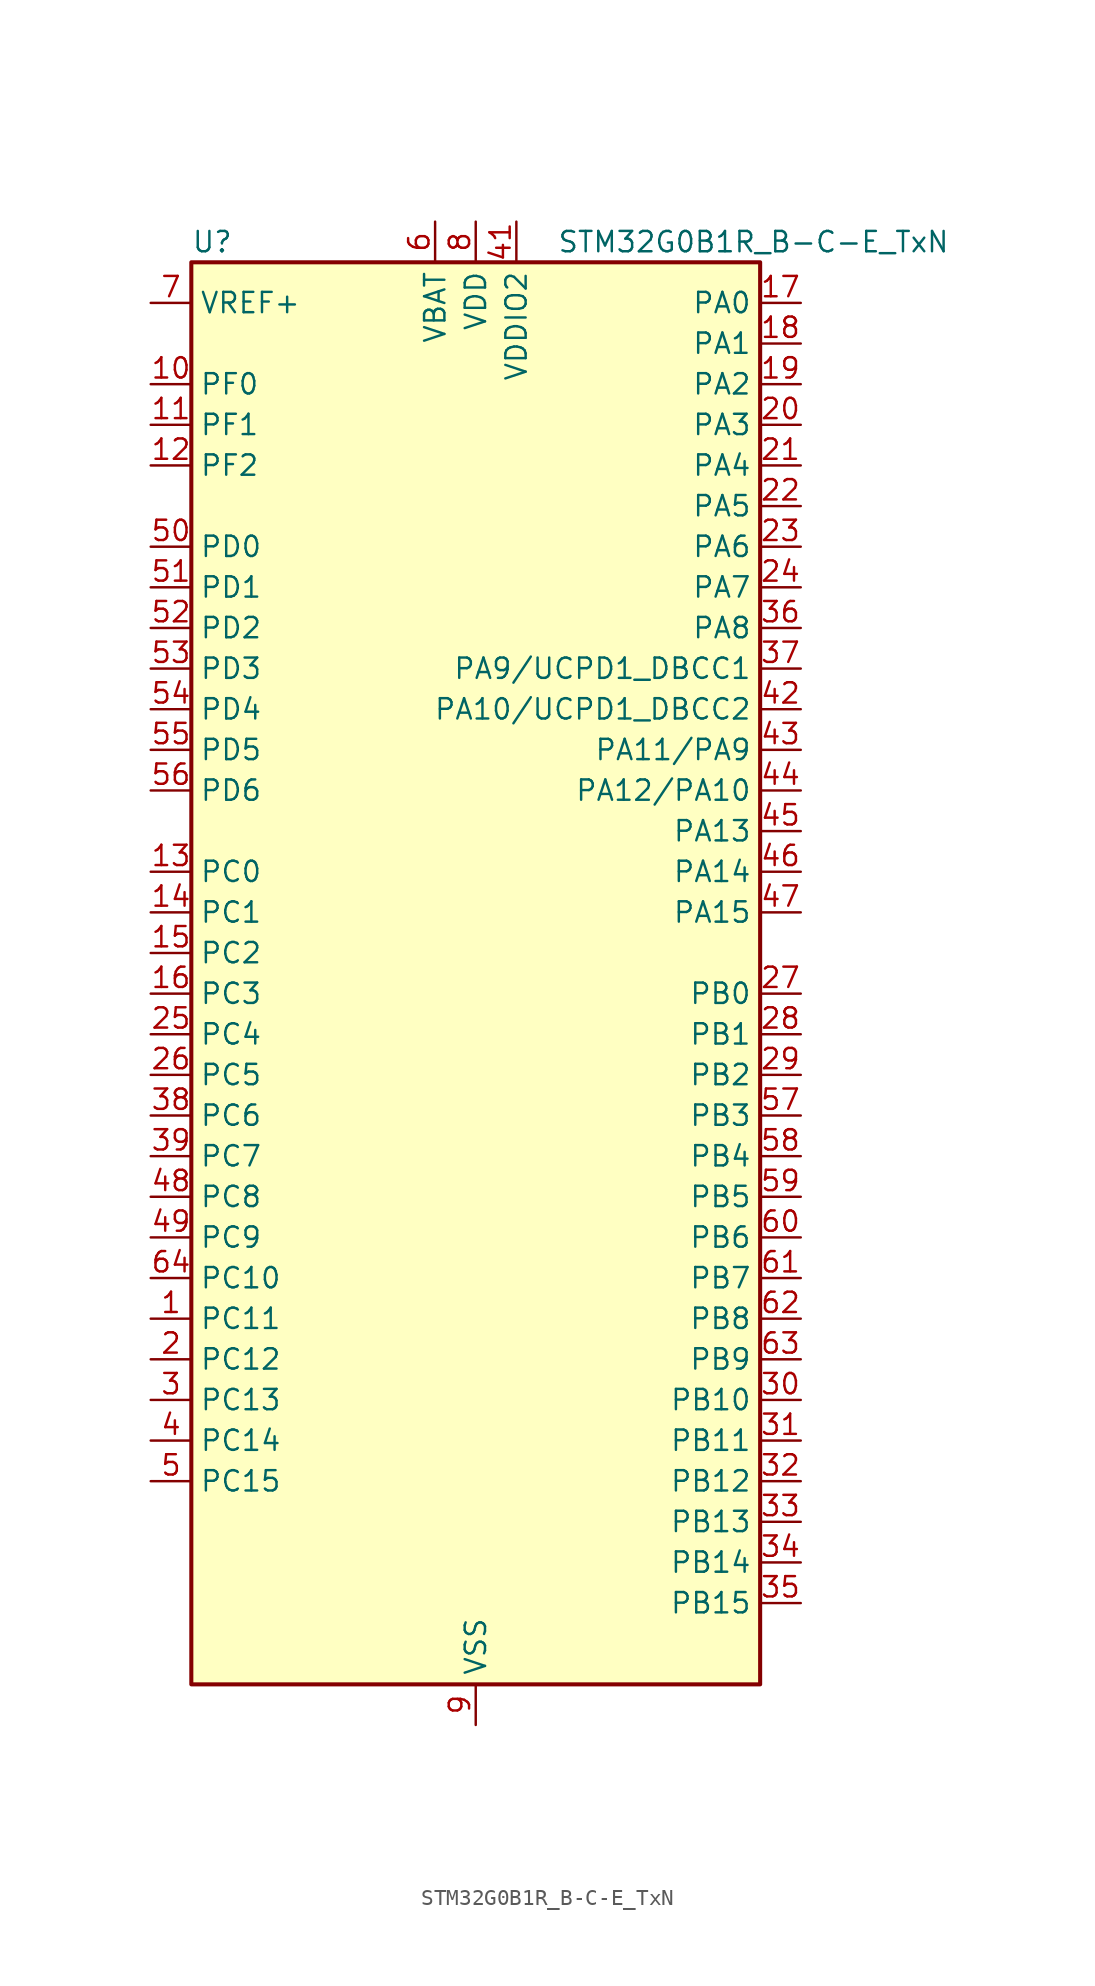
<source format=kicad_sym>
(kicad_symbol_lib
  (version 20231120)
  (generator "kicad_symbol_editor")
  (generator_version "8.0")
  (symbol "STM32G0B1R_B-C-E_TxN"
    (property "Reference" "U"
      (at -17.78 46.99 0)
      (effects (font (size 1.27 1.27)) (justify left)))
    (property "Value" "STM32G0B1R_B-C-E_TxN"
      (at 5.08 46.99 0)
      (effects (font (size 1.27 1.27)) (justify left)))
    (property "ki_locked" ""
      (at 0 0 0)
      (effects (font (size 1.27 1.27))))
    (symbol "STM32G0B1R_B-C-E_TxN_0_1"
      (rectangle (start -17.78 -43.18) (end 17.78 45.72) (stroke (width 0.254) (type default)) (fill (type background))))
    (symbol "STM32G0B1R_B-C-E_TxN_1_1"
      (pin bidirectional line (at -20.32 -20.32 0) (length 2.54) (name "PC11" (effects (font (size 1.27 1.27)))) (number "1" (effects (font (size 1.27 1.27)))) (alternate "ADC1_EXTI11" bidirectional line) (alternate "SPI3_MISO" bidirectional line) (alternate "TIM1_CH4" bidirectional line) (alternate "USART3_RX" bidirectional line) (alternate "USART4_RX" bidirectional line))
      (pin bidirectional line (at -20.32 38.1 0) (length 2.54) (name "PF0" (effects (font (size 1.27 1.27)))) (number "10" (effects (font (size 1.27 1.27)))) (alternate "CRS1_SYNC" bidirectional line) (alternate "RCC_OSC_IN" bidirectional line) (alternate "TIM14_CH1" bidirectional line))
      (pin bidirectional line (at -20.32 35.56 0) (length 2.54) (name "PF1" (effects (font (size 1.27 1.27)))) (number "11" (effects (font (size 1.27 1.27)))) (alternate "RCC_OSC_EN" bidirectional line) (alternate "RCC_OSC_OUT" bidirectional line) (alternate "TIM15_CH1N" bidirectional line))
      (pin bidirectional line (at -20.32 33.02 0) (length 2.54) (name "PF2" (effects (font (size 1.27 1.27)))) (number "12" (effects (font (size 1.27 1.27)))) (alternate "LPUART2_DE" bidirectional line) (alternate "LPUART2_RTS" bidirectional line) (alternate "LPUART2_TX" bidirectional line) (alternate "RCC_MCO" bidirectional line))
      (pin bidirectional line (at -20.32 7.62 0) (length 2.54) (name "PC0" (effects (font (size 1.27 1.27)))) (number "13" (effects (font (size 1.27 1.27)))) (alternate "COMP3_INM" bidirectional line) (alternate "COMP3_OUT" bidirectional line) (alternate "I2C3_SCL" bidirectional line) (alternate "LPTIM1_IN1" bidirectional line) (alternate "LPTIM2_IN1" bidirectional line) (alternate "LPUART1_RX" bidirectional line) (alternate "LPUART2_TX" bidirectional line) (alternate "USART6_TX" bidirectional line))
      (pin bidirectional line (at -20.32 5.08 0) (length 2.54) (name "PC1" (effects (font (size 1.27 1.27)))) (number "14" (effects (font (size 1.27 1.27)))) (alternate "COMP3_INP" bidirectional line) (alternate "I2C3_SDA" bidirectional line) (alternate "LPTIM1_OUT" bidirectional line) (alternate "LPUART1_TX" bidirectional line) (alternate "LPUART2_RX" bidirectional line) (alternate "TIM15_CH1" bidirectional line) (alternate "USART6_RX" bidirectional line))
      (pin bidirectional line (at -20.32 2.54 0) (length 2.54) (name "PC2" (effects (font (size 1.27 1.27)))) (number "15" (effects (font (size 1.27 1.27)))) (alternate "COMP3_OUT" bidirectional line) (alternate "FDCAN2_RX" bidirectional line) (alternate "I2S2_MCK" bidirectional line) (alternate "LPTIM1_IN2" bidirectional line) (alternate "SPI2_MISO" bidirectional line) (alternate "TIM15_CH2" bidirectional line))
      (pin bidirectional line (at -20.32 0 0) (length 2.54) (name "PC3" (effects (font (size 1.27 1.27)))) (number "16" (effects (font (size 1.27 1.27)))) (alternate "FDCAN2_TX" bidirectional line) (alternate "I2S2_SD" bidirectional line) (alternate "LPTIM1_ETR" bidirectional line) (alternate "LPTIM2_ETR" bidirectional line) (alternate "SPI2_MOSI" bidirectional line))
      (pin bidirectional line (at 20.32 43.18 180) (length 2.54) (name "PA0" (effects (font (size 1.27 1.27)))) (number "17" (effects (font (size 1.27 1.27)))) (alternate "ADC1_IN0" bidirectional line) (alternate "COMP1_INM" bidirectional line) (alternate "COMP1_OUT" bidirectional line) (alternate "I2S2_CK" bidirectional line) (alternate "LPTIM1_OUT" bidirectional line) (alternate "RTC_TAMP_IN2" bidirectional line) (alternate "SPI2_SCK" bidirectional line) (alternate "SYS_WKUP1" bidirectional line) (alternate "TIM2_CH1" bidirectional line) (alternate "TIM2_ETR" bidirectional line) (alternate "UCPD2_FRSTX1" bidirectional line) (alternate "UCPD2_FRSTX2" bidirectional line) (alternate "USART2_CTS" bidirectional line) (alternate "USART2_NSS" bidirectional line) (alternate "USART4_TX" bidirectional line))
      (pin bidirectional line (at 20.32 40.64 180) (length 2.54) (name "PA1" (effects (font (size 1.27 1.27)))) (number "18" (effects (font (size 1.27 1.27)))) (alternate "ADC1_IN1" bidirectional line) (alternate "COMP1_INP" bidirectional line) (alternate "I2C1_SMBA" bidirectional line) (alternate "I2S1_CK" bidirectional line) (alternate "SPI1_SCK" bidirectional line) (alternate "TIM15_CH1N" bidirectional line) (alternate "TIM2_CH2" bidirectional line) (alternate "USART2_CK" bidirectional line) (alternate "USART2_DE" bidirectional line) (alternate "USART2_RTS" bidirectional line) (alternate "USART4_RX" bidirectional line))
      (pin bidirectional line (at 20.32 38.1 180) (length 2.54) (name "PA2" (effects (font (size 1.27 1.27)))) (number "19" (effects (font (size 1.27 1.27)))) (alternate "ADC1_IN2" bidirectional line) (alternate "COMP2_INM" bidirectional line) (alternate "COMP2_OUT" bidirectional line) (alternate "I2S1_SD" bidirectional line) (alternate "LPUART1_TX" bidirectional line) (alternate "RCC_LSCO" bidirectional line) (alternate "SPI1_MOSI" bidirectional line) (alternate "SYS_WKUP4" bidirectional line) (alternate "TIM15_CH1" bidirectional line) (alternate "TIM2_CH3" bidirectional line) (alternate "UCPD1_FRSTX1" bidirectional line) (alternate "UCPD1_FRSTX2" bidirectional line) (alternate "USART2_TX" bidirectional line))
      (pin bidirectional line (at -20.32 -22.86 0) (length 2.54) (name "PC12" (effects (font (size 1.27 1.27)))) (number "2" (effects (font (size 1.27 1.27)))) (alternate "LPTIM1_IN1" bidirectional line) (alternate "SPI3_MOSI" bidirectional line) (alternate "TIM14_CH1" bidirectional line) (alternate "UCPD1_FRSTX1" bidirectional line) (alternate "UCPD1_FRSTX2" bidirectional line) (alternate "USART5_TX" bidirectional line))
      (pin bidirectional line (at 20.32 35.56 180) (length 2.54) (name "PA3" (effects (font (size 1.27 1.27)))) (number "20" (effects (font (size 1.27 1.27)))) (alternate "ADC1_IN3" bidirectional line) (alternate "COMP2_INP" bidirectional line) (alternate "I2S2_MCK" bidirectional line) (alternate "LPUART1_RX" bidirectional line) (alternate "SPI2_MISO" bidirectional line) (alternate "TIM15_CH2" bidirectional line) (alternate "TIM2_CH4" bidirectional line) (alternate "UCPD2_FRSTX1" bidirectional line) (alternate "UCPD2_FRSTX2" bidirectional line) (alternate "USART2_RX" bidirectional line))
      (pin bidirectional line (at 20.32 33.02 180) (length 2.54) (name "PA4" (effects (font (size 1.27 1.27)))) (number "21" (effects (font (size 1.27 1.27)))) (alternate "ADC1_IN4" bidirectional line) (alternate "DAC1_OUT1" bidirectional line) (alternate "I2S1_WS" bidirectional line) (alternate "I2S2_SD" bidirectional line) (alternate "LPTIM2_OUT" bidirectional line) (alternate "RTC_OUT2" bidirectional line) (alternate "SPI1_NSS" bidirectional line) (alternate "SPI2_MOSI" bidirectional line) (alternate "SPI3_NSS" bidirectional line) (alternate "TIM14_CH1" bidirectional line) (alternate "UCPD2_FRSTX1" bidirectional line) (alternate "UCPD2_FRSTX2" bidirectional line) (alternate "USART6_TX" bidirectional line) (alternate "USB_NOE" bidirectional line))
      (pin bidirectional line (at 20.32 30.48 180) (length 2.54) (name "PA5" (effects (font (size 1.27 1.27)))) (number "22" (effects (font (size 1.27 1.27)))) (alternate "ADC1_IN5" bidirectional line) (alternate "CEC" bidirectional line) (alternate "DAC1_OUT2" bidirectional line) (alternate "I2S1_CK" bidirectional line) (alternate "LPTIM2_ETR" bidirectional line) (alternate "SPI1_SCK" bidirectional line) (alternate "TIM2_CH1" bidirectional line) (alternate "TIM2_ETR" bidirectional line) (alternate "UCPD1_FRSTX1" bidirectional line) (alternate "UCPD1_FRSTX2" bidirectional line) (alternate "USART3_TX" bidirectional line) (alternate "USART6_RX" bidirectional line))
      (pin bidirectional line (at 20.32 27.94 180) (length 2.54) (name "PA6" (effects (font (size 1.27 1.27)))) (number "23" (effects (font (size 1.27 1.27)))) (alternate "ADC1_IN6" bidirectional line) (alternate "COMP1_OUT" bidirectional line) (alternate "I2C2_SDA" bidirectional line) (alternate "I2C3_SDA" bidirectional line) (alternate "I2S1_MCK" bidirectional line) (alternate "LPUART1_CTS" bidirectional line) (alternate "SPI1_MISO" bidirectional line) (alternate "TIM16_CH1" bidirectional line) (alternate "TIM1_BK" bidirectional line) (alternate "TIM3_CH1" bidirectional line) (alternate "USART3_CTS" bidirectional line) (alternate "USART3_NSS" bidirectional line) (alternate "USART6_CTS" bidirectional line) (alternate "USART6_NSS" bidirectional line))
      (pin bidirectional line (at 20.32 25.4 180) (length 2.54) (name "PA7" (effects (font (size 1.27 1.27)))) (number "24" (effects (font (size 1.27 1.27)))) (alternate "ADC1_IN7" bidirectional line) (alternate "COMP2_OUT" bidirectional line) (alternate "I2C2_SCL" bidirectional line) (alternate "I2C3_SCL" bidirectional line) (alternate "I2S1_SD" bidirectional line) (alternate "SPI1_MOSI" bidirectional line) (alternate "TIM14_CH1" bidirectional line) (alternate "TIM17_CH1" bidirectional line) (alternate "TIM1_CH1N" bidirectional line) (alternate "TIM3_CH2" bidirectional line) (alternate "UCPD1_FRSTX1" bidirectional line) (alternate "UCPD1_FRSTX2" bidirectional line) (alternate "USART6_CK" bidirectional line) (alternate "USART6_DE" bidirectional line) (alternate "USART6_RTS" bidirectional line))
      (pin bidirectional line (at -20.32 -2.54 0) (length 2.54) (name "PC4" (effects (font (size 1.27 1.27)))) (number "25" (effects (font (size 1.27 1.27)))) (alternate "ADC1_IN17" bidirectional line) (alternate "COMP1_INM" bidirectional line) (alternate "FDCAN1_RX" bidirectional line) (alternate "TIM2_CH1" bidirectional line) (alternate "TIM2_ETR" bidirectional line) (alternate "USART1_TX" bidirectional line) (alternate "USART3_TX" bidirectional line))
      (pin bidirectional line (at -20.32 -5.08 0) (length 2.54) (name "PC5" (effects (font (size 1.27 1.27)))) (number "26" (effects (font (size 1.27 1.27)))) (alternate "ADC1_IN18" bidirectional line) (alternate "COMP1_INP" bidirectional line) (alternate "FDCAN1_TX" bidirectional line) (alternate "SYS_WKUP5" bidirectional line) (alternate "TIM2_CH2" bidirectional line) (alternate "USART1_RX" bidirectional line) (alternate "USART3_RX" bidirectional line))
      (pin bidirectional line (at 20.32 0 180) (length 2.54) (name "PB0" (effects (font (size 1.27 1.27)))) (number "27" (effects (font (size 1.27 1.27)))) (alternate "ADC1_IN8" bidirectional line) (alternate "COMP1_OUT" bidirectional line) (alternate "COMP3_INP" bidirectional line) (alternate "FDCAN2_RX" bidirectional line) (alternate "I2S1_WS" bidirectional line) (alternate "LPTIM1_OUT" bidirectional line) (alternate "LPUART2_CTS" bidirectional line) (alternate "SPI1_NSS" bidirectional line) (alternate "TIM1_CH2N" bidirectional line) (alternate "TIM3_CH3" bidirectional line) (alternate "UCPD1_FRSTX1" bidirectional line) (alternate "UCPD1_FRSTX2" bidirectional line) (alternate "USART3_RX" bidirectional line) (alternate "USART5_TX" bidirectional line))
      (pin bidirectional line (at 20.32 -2.54 180) (length 2.54) (name "PB1" (effects (font (size 1.27 1.27)))) (number "28" (effects (font (size 1.27 1.27)))) (alternate "ADC1_IN9" bidirectional line) (alternate "COMP1_INM" bidirectional line) (alternate "COMP3_OUT" bidirectional line) (alternate "FDCAN2_TX" bidirectional line) (alternate "LPTIM2_IN1" bidirectional line) (alternate "LPUART1_DE" bidirectional line) (alternate "LPUART1_RTS" bidirectional line) (alternate "LPUART2_DE" bidirectional line) (alternate "LPUART2_RTS" bidirectional line) (alternate "TIM14_CH1" bidirectional line) (alternate "TIM1_CH3N" bidirectional line) (alternate "TIM3_CH4" bidirectional line) (alternate "USART3_CK" bidirectional line) (alternate "USART3_DE" bidirectional line) (alternate "USART3_RTS" bidirectional line) (alternate "USART5_RX" bidirectional line))
      (pin bidirectional line (at 20.32 -5.08 180) (length 2.54) (name "PB2" (effects (font (size 1.27 1.27)))) (number "29" (effects (font (size 1.27 1.27)))) (alternate "ADC1_IN10" bidirectional line) (alternate "COMP1_INP" bidirectional line) (alternate "COMP3_INM" bidirectional line) (alternate "I2S2_MCK" bidirectional line) (alternate "LPTIM1_OUT" bidirectional line) (alternate "RCC_MCO_2" bidirectional line) (alternate "SPI2_MISO" bidirectional line) (alternate "USART3_TX" bidirectional line))
      (pin bidirectional line (at -20.32 -25.4 0) (length 2.54) (name "PC13" (effects (font (size 1.27 1.27)))) (number "3" (effects (font (size 1.27 1.27)))) (alternate "RTC_OUT1" bidirectional line) (alternate "RTC_TAMP_IN1" bidirectional line) (alternate "RTC_TS" bidirectional line) (alternate "SYS_WKUP2" bidirectional line) (alternate "TIM1_BK" bidirectional line))
      (pin bidirectional line (at 20.32 -25.4 180) (length 2.54) (name "PB10" (effects (font (size 1.27 1.27)))) (number "30" (effects (font (size 1.27 1.27)))) (alternate "ADC1_IN11" bidirectional line) (alternate "CEC" bidirectional line) (alternate "COMP1_OUT" bidirectional line) (alternate "I2C2_SCL" bidirectional line) (alternate "I2S2_CK" bidirectional line) (alternate "LPUART1_RX" bidirectional line) (alternate "SPI2_SCK" bidirectional line) (alternate "TIM2_CH3" bidirectional line) (alternate "USART3_TX" bidirectional line))
      (pin bidirectional line (at 20.32 -27.94 180) (length 2.54) (name "PB11" (effects (font (size 1.27 1.27)))) (number "31" (effects (font (size 1.27 1.27)))) (alternate "ADC1_EXTI11" bidirectional line) (alternate "ADC1_IN15" bidirectional line) (alternate "COMP2_OUT" bidirectional line) (alternate "I2C2_SDA" bidirectional line) (alternate "I2S2_SD" bidirectional line) (alternate "LPUART1_TX" bidirectional line) (alternate "SPI2_MOSI" bidirectional line) (alternate "TIM2_CH4" bidirectional line) (alternate "USART3_RX" bidirectional line))
      (pin bidirectional line (at 20.32 -30.48 180) (length 2.54) (name "PB12" (effects (font (size 1.27 1.27)))) (number "32" (effects (font (size 1.27 1.27)))) (alternate "ADC1_IN16" bidirectional line) (alternate "FDCAN2_RX" bidirectional line) (alternate "I2C2_SMBA" bidirectional line) (alternate "I2S2_WS" bidirectional line) (alternate "LPUART1_DE" bidirectional line) (alternate "LPUART1_RTS" bidirectional line) (alternate "SPI2_NSS" bidirectional line) (alternate "TIM15_BK" bidirectional line) (alternate "TIM1_BK" bidirectional line) (alternate "UCPD2_FRSTX1" bidirectional line) (alternate "UCPD2_FRSTX2" bidirectional line))
      (pin bidirectional line (at 20.32 -33.02 180) (length 2.54) (name "PB13" (effects (font (size 1.27 1.27)))) (number "33" (effects (font (size 1.27 1.27)))) (alternate "FDCAN2_TX" bidirectional line) (alternate "I2C2_SCL" bidirectional line) (alternate "I2S2_CK" bidirectional line) (alternate "LPUART1_CTS" bidirectional line) (alternate "SPI2_SCK" bidirectional line) (alternate "TIM15_CH1N" bidirectional line) (alternate "TIM1_CH1N" bidirectional line) (alternate "USART3_CTS" bidirectional line) (alternate "USART3_NSS" bidirectional line))
      (pin bidirectional line (at 20.32 -35.56 180) (length 2.54) (name "PB14" (effects (font (size 1.27 1.27)))) (number "34" (effects (font (size 1.27 1.27)))) (alternate "I2C2_SDA" bidirectional line) (alternate "I2S2_MCK" bidirectional line) (alternate "SPI2_MISO" bidirectional line) (alternate "TIM15_CH1" bidirectional line) (alternate "TIM1_CH2N" bidirectional line) (alternate "UCPD1_FRSTX1" bidirectional line) (alternate "UCPD1_FRSTX2" bidirectional line) (alternate "USART3_CK" bidirectional line) (alternate "USART3_DE" bidirectional line) (alternate "USART3_RTS" bidirectional line) (alternate "USART6_CK" bidirectional line) (alternate "USART6_DE" bidirectional line) (alternate "USART6_RTS" bidirectional line))
      (pin bidirectional line (at 20.32 -38.1 180) (length 2.54) (name "PB15" (effects (font (size 1.27 1.27)))) (number "35" (effects (font (size 1.27 1.27)))) (alternate "I2S2_SD" bidirectional line) (alternate "RTC_REFIN" bidirectional line) (alternate "SPI2_MOSI" bidirectional line) (alternate "TIM15_CH1N" bidirectional line) (alternate "TIM15_CH2" bidirectional line) (alternate "TIM1_CH3N" bidirectional line) (alternate "UCPD1_CC2" bidirectional line) (alternate "USART6_CTS" bidirectional line) (alternate "USART6_NSS" bidirectional line))
      (pin bidirectional line (at 20.32 22.86 180) (length 2.54) (name "PA8" (effects (font (size 1.27 1.27)))) (number "36" (effects (font (size 1.27 1.27)))) (alternate "CRS1_SYNC" bidirectional line) (alternate "I2C2_SMBA" bidirectional line) (alternate "I2S2_WS" bidirectional line) (alternate "LPTIM2_OUT" bidirectional line) (alternate "RCC_MCO" bidirectional line) (alternate "SPI2_NSS" bidirectional line) (alternate "TIM1_CH1" bidirectional line) (alternate "UCPD1_CC1" bidirectional line))
      (pin bidirectional line (at 20.32 20.32 180) (length 2.54) (name "PA9/UCPD1_DBCC1" (effects (font (size 1.27 1.27)))) (number "37" (effects (font (size 1.27 1.27)))) (alternate "DAC1_EXTI9" bidirectional line) (alternate "I2C1_SCL" bidirectional line) (alternate "I2C2_SCL" bidirectional line) (alternate "I2S2_MCK" bidirectional line) (alternate "RCC_MCO" bidirectional line) (alternate "SPI2_MISO" bidirectional line) (alternate "TIM15_BK" bidirectional line) (alternate "TIM1_CH2" bidirectional line) (alternate "UCPD1_DBCC1" bidirectional line) (alternate "USART1_TX" bidirectional line))
      (pin bidirectional line (at -20.32 -7.62 0) (length 2.54) (name "PC6" (effects (font (size 1.27 1.27)))) (number "38" (effects (font (size 1.27 1.27)))) (alternate "LPUART2_TX" bidirectional line) (alternate "TIM2_CH3" bidirectional line) (alternate "TIM3_CH1" bidirectional line) (alternate "UCPD1_FRSTX1" bidirectional line) (alternate "UCPD1_FRSTX2" bidirectional line))
      (pin bidirectional line (at -20.32 -10.16 0) (length 2.54) (name "PC7" (effects (font (size 1.27 1.27)))) (number "39" (effects (font (size 1.27 1.27)))) (alternate "LPUART2_RX" bidirectional line) (alternate "TIM2_CH4" bidirectional line) (alternate "TIM3_CH2" bidirectional line) (alternate "UCPD2_FRSTX1" bidirectional line) (alternate "UCPD2_FRSTX2" bidirectional line))
      (pin bidirectional line (at -20.32 -27.94 0) (length 2.54) (name "PC14" (effects (font (size 1.27 1.27)))) (number "4" (effects (font (size 1.27 1.27)))) (alternate "RCC_OSC32_IN" bidirectional line) (alternate "TIM1_BK2" bidirectional line))
      (pin passive line (at 0 -45.72 90) (length 2.54) hide (name "VSS" (effects (font (size 1.27 1.27)))) (number "40" (effects (font (size 1.27 1.27)))))
      (pin power_in line (at 2.54 48.26 270) (length 2.54) (name "VDDIO2" (effects (font (size 1.27 1.27)))) (number "41" (effects (font (size 1.27 1.27)))))
      (pin bidirectional line (at 20.32 17.78 180) (length 2.54) (name "PA10/UCPD1_DBCC2" (effects (font (size 1.27 1.27)))) (number "42" (effects (font (size 1.27 1.27)))) (alternate "I2C1_SDA" bidirectional line) (alternate "I2C2_SDA" bidirectional line) (alternate "I2S2_SD" bidirectional line) (alternate "RCC_MCO_2" bidirectional line) (alternate "SPI2_MOSI" bidirectional line) (alternate "TIM17_BK" bidirectional line) (alternate "TIM1_CH3" bidirectional line) (alternate "UCPD1_DBCC2" bidirectional line) (alternate "USART1_RX" bidirectional line))
      (pin bidirectional line (at 20.32 15.24 180) (length 2.54) (name "PA11/PA9" (effects (font (size 1.27 1.27)))) (number "43" (effects (font (size 1.27 1.27)))) (alternate "ADC1_EXTI11" bidirectional line) (alternate "COMP1_OUT" bidirectional line) (alternate "FDCAN1_RX" bidirectional line) (alternate "I2C2_SCL" bidirectional line) (alternate "I2S1_MCK" bidirectional line) (alternate "SPI1_MISO" bidirectional line) (alternate "TIM1_BK2" bidirectional line) (alternate "TIM1_CH4" bidirectional line) (alternate "USART1_CTS" bidirectional line) (alternate "USART1_NSS" bidirectional line) (alternate "USB_DM" bidirectional line))
      (pin bidirectional line (at 20.32 12.7 180) (length 2.54) (name "PA12/PA10" (effects (font (size 1.27 1.27)))) (number "44" (effects (font (size 1.27 1.27)))) (alternate "COMP2_OUT" bidirectional line) (alternate "FDCAN1_TX" bidirectional line) (alternate "I2C2_SDA" bidirectional line) (alternate "I2S1_SD" bidirectional line) (alternate "I2S_CKIN" bidirectional line) (alternate "SPI1_MOSI" bidirectional line) (alternate "TIM1_ETR" bidirectional line) (alternate "USART1_CK" bidirectional line) (alternate "USART1_DE" bidirectional line) (alternate "USART1_RTS" bidirectional line) (alternate "USB_DP" bidirectional line))
      (pin bidirectional line (at 20.32 10.16 180) (length 2.54) (name "PA13" (effects (font (size 1.27 1.27)))) (number "45" (effects (font (size 1.27 1.27)))) (alternate "IR_OUT" bidirectional line) (alternate "LPUART2_RX" bidirectional line) (alternate "SYS_SWDIO" bidirectional line) (alternate "USB_NOE" bidirectional line))
      (pin bidirectional line (at 20.32 7.62 180) (length 2.54) (name "PA14" (effects (font (size 1.27 1.27)))) (number "46" (effects (font (size 1.27 1.27)))) (alternate "LPUART2_TX" bidirectional line) (alternate "SYS_SWCLK" bidirectional line) (alternate "USART2_TX" bidirectional line))
      (pin bidirectional line (at 20.32 5.08 180) (length 2.54) (name "PA15" (effects (font (size 1.27 1.27)))) (number "47" (effects (font (size 1.27 1.27)))) (alternate "I2C2_SMBA" bidirectional line) (alternate "I2S1_WS" bidirectional line) (alternate "RCC_MCO_2" bidirectional line) (alternate "SPI1_NSS" bidirectional line) (alternate "SPI3_NSS" bidirectional line) (alternate "TIM2_CH1" bidirectional line) (alternate "TIM2_ETR" bidirectional line) (alternate "USART2_RX" bidirectional line) (alternate "USART3_CK" bidirectional line) (alternate "USART3_DE" bidirectional line) (alternate "USART3_RTS" bidirectional line) (alternate "USART4_CK" bidirectional line) (alternate "USART4_DE" bidirectional line) (alternate "USART4_RTS" bidirectional line) (alternate "USB_NOE" bidirectional line))
      (pin bidirectional line (at -20.32 -12.7 0) (length 2.54) (name "PC8" (effects (font (size 1.27 1.27)))) (number "48" (effects (font (size 1.27 1.27)))) (alternate "LPUART2_CTS" bidirectional line) (alternate "TIM1_CH1" bidirectional line) (alternate "TIM3_CH3" bidirectional line) (alternate "UCPD2_FRSTX1" bidirectional line) (alternate "UCPD2_FRSTX2" bidirectional line))
      (pin bidirectional line (at -20.32 -15.24 0) (length 2.54) (name "PC9" (effects (font (size 1.27 1.27)))) (number "49" (effects (font (size 1.27 1.27)))) (alternate "DAC1_EXTI9" bidirectional line) (alternate "I2S_CKIN" bidirectional line) (alternate "LPUART2_DE" bidirectional line) (alternate "LPUART2_RTS" bidirectional line) (alternate "TIM1_CH2" bidirectional line) (alternate "TIM3_CH4" bidirectional line) (alternate "USB_NOE" bidirectional line))
      (pin bidirectional line (at -20.32 -30.48 0) (length 2.54) (name "PC15" (effects (font (size 1.27 1.27)))) (number "5" (effects (font (size 1.27 1.27)))) (alternate "RCC_OSC32_EN" bidirectional line) (alternate "RCC_OSC32_OUT" bidirectional line) (alternate "RCC_OSC_EN" bidirectional line) (alternate "TIM15_BK" bidirectional line))
      (pin bidirectional line (at -20.32 27.94 0) (length 2.54) (name "PD0" (effects (font (size 1.27 1.27)))) (number "50" (effects (font (size 1.27 1.27)))) (alternate "FDCAN1_RX" bidirectional line) (alternate "I2S2_WS" bidirectional line) (alternate "SPI2_NSS" bidirectional line) (alternate "TIM16_CH1" bidirectional line) (alternate "UCPD2_CC1" bidirectional line))
      (pin bidirectional line (at -20.32 25.4 0) (length 2.54) (name "PD1" (effects (font (size 1.27 1.27)))) (number "51" (effects (font (size 1.27 1.27)))) (alternate "FDCAN1_TX" bidirectional line) (alternate "I2S2_CK" bidirectional line) (alternate "SPI2_SCK" bidirectional line) (alternate "TIM17_CH1" bidirectional line) (alternate "UCPD2_DBCC1" bidirectional line))
      (pin bidirectional line (at -20.32 22.86 0) (length 2.54) (name "PD2" (effects (font (size 1.27 1.27)))) (number "52" (effects (font (size 1.27 1.27)))) (alternate "TIM1_CH1N" bidirectional line) (alternate "TIM3_ETR" bidirectional line) (alternate "UCPD2_CC2" bidirectional line) (alternate "USART3_CK" bidirectional line) (alternate "USART3_DE" bidirectional line) (alternate "USART3_RTS" bidirectional line) (alternate "USART5_RX" bidirectional line))
      (pin bidirectional line (at -20.32 20.32 0) (length 2.54) (name "PD3" (effects (font (size 1.27 1.27)))) (number "53" (effects (font (size 1.27 1.27)))) (alternate "I2S2_MCK" bidirectional line) (alternate "SPI2_MISO" bidirectional line) (alternate "TIM1_CH2N" bidirectional line) (alternate "UCPD2_DBCC2" bidirectional line) (alternate "USART2_CTS" bidirectional line) (alternate "USART2_NSS" bidirectional line) (alternate "USART5_TX" bidirectional line))
      (pin bidirectional line (at -20.32 17.78 0) (length 2.54) (name "PD4" (effects (font (size 1.27 1.27)))) (number "54" (effects (font (size 1.27 1.27)))) (alternate "I2S2_SD" bidirectional line) (alternate "SPI2_MOSI" bidirectional line) (alternate "TIM1_CH3N" bidirectional line) (alternate "USART2_CK" bidirectional line) (alternate "USART2_DE" bidirectional line) (alternate "USART2_RTS" bidirectional line) (alternate "USART5_CK" bidirectional line) (alternate "USART5_DE" bidirectional line) (alternate "USART5_RTS" bidirectional line))
      (pin bidirectional line (at -20.32 15.24 0) (length 2.54) (name "PD5" (effects (font (size 1.27 1.27)))) (number "55" (effects (font (size 1.27 1.27)))) (alternate "I2S1_MCK" bidirectional line) (alternate "SPI1_MISO" bidirectional line) (alternate "TIM1_BK" bidirectional line) (alternate "USART2_TX" bidirectional line) (alternate "USART5_CTS" bidirectional line) (alternate "USART5_NSS" bidirectional line))
      (pin bidirectional line (at -20.32 12.7 0) (length 2.54) (name "PD6" (effects (font (size 1.27 1.27)))) (number "56" (effects (font (size 1.27 1.27)))) (alternate "I2S1_SD" bidirectional line) (alternate "LPTIM2_OUT" bidirectional line) (alternate "SPI1_MOSI" bidirectional line) (alternate "USART2_RX" bidirectional line))
      (pin bidirectional line (at 20.32 -7.62 180) (length 2.54) (name "PB3" (effects (font (size 1.27 1.27)))) (number "57" (effects (font (size 1.27 1.27)))) (alternate "COMP2_INM" bidirectional line) (alternate "I2C2_SCL" bidirectional line) (alternate "I2C3_SCL" bidirectional line) (alternate "I2S1_CK" bidirectional line) (alternate "SPI1_SCK" bidirectional line) (alternate "SPI3_SCK" bidirectional line) (alternate "TIM1_CH2" bidirectional line) (alternate "TIM2_CH2" bidirectional line) (alternate "USART1_CK" bidirectional line) (alternate "USART1_DE" bidirectional line) (alternate "USART1_RTS" bidirectional line) (alternate "USART5_TX" bidirectional line))
      (pin bidirectional line (at 20.32 -10.16 180) (length 2.54) (name "PB4" (effects (font (size 1.27 1.27)))) (number "58" (effects (font (size 1.27 1.27)))) (alternate "COMP2_INP" bidirectional line) (alternate "I2C2_SDA" bidirectional line) (alternate "I2C3_SDA" bidirectional line) (alternate "I2S1_MCK" bidirectional line) (alternate "SPI1_MISO" bidirectional line) (alternate "SPI3_MISO" bidirectional line) (alternate "TIM17_BK" bidirectional line) (alternate "TIM3_CH1" bidirectional line) (alternate "USART1_CTS" bidirectional line) (alternate "USART1_NSS" bidirectional line) (alternate "USART5_RX" bidirectional line))
      (pin bidirectional line (at 20.32 -12.7 180) (length 2.54) (name "PB5" (effects (font (size 1.27 1.27)))) (number "59" (effects (font (size 1.27 1.27)))) (alternate "COMP2_OUT" bidirectional line) (alternate "FDCAN2_RX" bidirectional line) (alternate "I2C1_SMBA" bidirectional line) (alternate "I2S1_SD" bidirectional line) (alternate "LPTIM1_IN1" bidirectional line) (alternate "SPI1_MOSI" bidirectional line) (alternate "SPI3_MOSI" bidirectional line) (alternate "SYS_WKUP6" bidirectional line) (alternate "TIM16_BK" bidirectional line) (alternate "TIM3_CH2" bidirectional line) (alternate "USART5_CK" bidirectional line) (alternate "USART5_DE" bidirectional line) (alternate "USART5_RTS" bidirectional line))
      (pin power_in line (at -2.54 48.26 270) (length 2.54) (name "VBAT" (effects (font (size 1.27 1.27)))) (number "6" (effects (font (size 1.27 1.27)))))
      (pin bidirectional line (at 20.32 -15.24 180) (length 2.54) (name "PB6" (effects (font (size 1.27 1.27)))) (number "60" (effects (font (size 1.27 1.27)))) (alternate "COMP2_INP" bidirectional line) (alternate "FDCAN2_TX" bidirectional line) (alternate "I2C1_SCL" bidirectional line) (alternate "I2S2_MCK" bidirectional line) (alternate "LPTIM1_ETR" bidirectional line) (alternate "LPUART2_TX" bidirectional line) (alternate "SPI2_MISO" bidirectional line) (alternate "TIM16_CH1N" bidirectional line) (alternate "TIM1_CH3" bidirectional line) (alternate "TIM4_CH1" bidirectional line) (alternate "USART1_TX" bidirectional line) (alternate "USART5_CTS" bidirectional line) (alternate "USART5_NSS" bidirectional line))
      (pin bidirectional line (at 20.32 -17.78 180) (length 2.54) (name "PB7" (effects (font (size 1.27 1.27)))) (number "61" (effects (font (size 1.27 1.27)))) (alternate "COMP2_INM" bidirectional line) (alternate "I2C1_SDA" bidirectional line) (alternate "I2S2_SD" bidirectional line) (alternate "LPTIM1_IN2" bidirectional line) (alternate "LPUART2_RX" bidirectional line) (alternate "SPI2_MOSI" bidirectional line) (alternate "SYS_PVD_IN" bidirectional line) (alternate "TIM17_CH1N" bidirectional line) (alternate "TIM4_CH2" bidirectional line) (alternate "USART1_RX" bidirectional line) (alternate "USART4_CTS" bidirectional line) (alternate "USART4_NSS" bidirectional line))
      (pin bidirectional line (at 20.32 -20.32 180) (length 2.54) (name "PB8" (effects (font (size 1.27 1.27)))) (number "62" (effects (font (size 1.27 1.27)))) (alternate "CEC" bidirectional line) (alternate "FDCAN1_RX" bidirectional line) (alternate "I2C1_SCL" bidirectional line) (alternate "I2S2_CK" bidirectional line) (alternate "SPI2_SCK" bidirectional line) (alternate "TIM15_BK" bidirectional line) (alternate "TIM16_CH1" bidirectional line) (alternate "TIM4_CH3" bidirectional line) (alternate "USART3_TX" bidirectional line) (alternate "USART6_TX" bidirectional line))
      (pin bidirectional line (at 20.32 -22.86 180) (length 2.54) (name "PB9" (effects (font (size 1.27 1.27)))) (number "63" (effects (font (size 1.27 1.27)))) (alternate "DAC1_EXTI9" bidirectional line) (alternate "FDCAN1_TX" bidirectional line) (alternate "I2C1_SDA" bidirectional line) (alternate "I2S2_WS" bidirectional line) (alternate "IR_OUT" bidirectional line) (alternate "SPI2_NSS" bidirectional line) (alternate "TIM17_CH1" bidirectional line) (alternate "TIM4_CH4" bidirectional line) (alternate "UCPD2_FRSTX1" bidirectional line) (alternate "UCPD2_FRSTX2" bidirectional line) (alternate "USART3_RX" bidirectional line) (alternate "USART6_RX" bidirectional line))
      (pin bidirectional line (at -20.32 -17.78 0) (length 2.54) (name "PC10" (effects (font (size 1.27 1.27)))) (number "64" (effects (font (size 1.27 1.27)))) (alternate "SPI3_SCK" bidirectional line) (alternate "TIM1_CH3" bidirectional line) (alternate "USART3_TX" bidirectional line) (alternate "USART4_TX" bidirectional line))
      (pin input line (at -20.32 43.18 0) (length 2.54) (name "VREF+" (effects (font (size 1.27 1.27)))) (number "7" (effects (font (size 1.27 1.27)))) (alternate "VREFBUF_OUT" bidirectional line))
      (pin power_in line (at 0 48.26 270) (length 2.54) (name "VDD" (effects (font (size 1.27 1.27)))) (number "8" (effects (font (size 1.27 1.27)))))
      (pin power_in line (at 0 -45.72 90) (length 2.54) (name "VSS" (effects (font (size 1.27 1.27)))) (number "9" (effects (font (size 1.27 1.27))))))))
</source>
